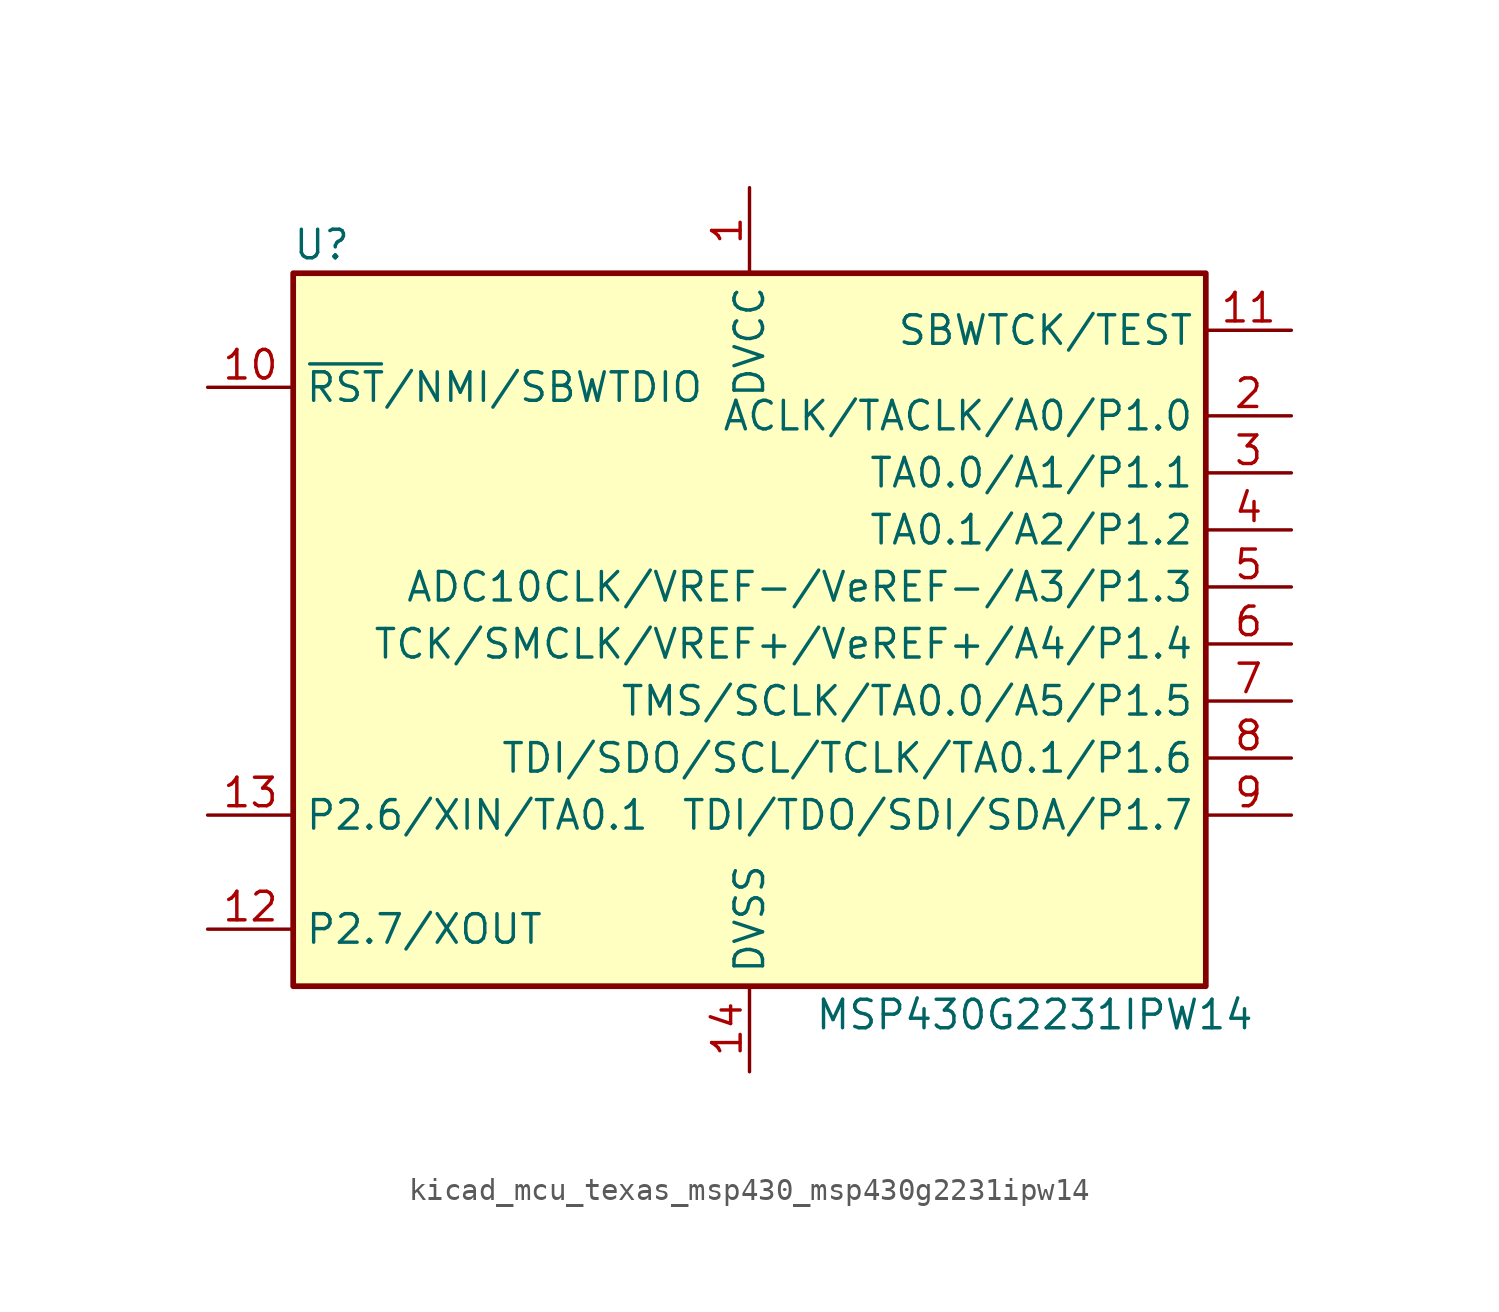
<source format=kicad_sym>
(kicad_symbol_lib
  (version 20220914)
  (generator kicad_symbol_editor)
  (symbol "kicad_mcu_texas_msp430_msp430g2231ipw14"
    (property "Reference" "U"
      (at -19.05 17.78 0)
      (effects (font (size 1.27 1.27))))
    (property "Value" "MSP430G2231IPW14"
      (at 12.7 -16.51 0)
      (effects (font (size 1.27 1.27))))
    (symbol "kicad_mcu_texas_msp430_msp430g2231ipw14_0_1"
      (rectangle (start -20.32 16.51) (end 20.32 -15.24) (stroke (width 0.254) (type default)) (fill (type background))))
    (symbol "kicad_mcu_texas_msp430_msp430g2231ipw14_1_1"
      (pin power_in line (at 0 20.32 270) (length 3.81) (name "DVCC" (effects (font (size 1.27 1.27)))) (number "1" (effects (font (size 1.27 1.27)))))
      (pin input line (at -24.13 11.43 0) (length 3.81) (name "~{RST}/NMI/SBWTDIO" (effects (font (size 1.27 1.27)))) (number "10" (effects (font (size 1.27 1.27)))))
      (pin input line (at 24.13 13.97 180) (length 3.81) (name "SBWTCK/TEST" (effects (font (size 1.27 1.27)))) (number "11" (effects (font (size 1.27 1.27)))))
      (pin bidirectional line (at -24.13 -12.7 0) (length 3.81) (name "P2.7/XOUT" (effects (font (size 1.27 1.27)))) (number "12" (effects (font (size 1.27 1.27)))))
      (pin bidirectional line (at -24.13 -7.62 0) (length 3.81) (name "P2.6/XIN/TA0.1" (effects (font (size 1.27 1.27)))) (number "13" (effects (font (size 1.27 1.27)))))
      (pin power_in line (at 0 -19.05 90) (length 3.81) (name "DVSS" (effects (font (size 1.27 1.27)))) (number "14" (effects (font (size 1.27 1.27)))))
      (pin bidirectional line (at 24.13 10.16 180) (length 3.81) (name "ACLK/TACLK/A0/P1.0" (effects (font (size 1.27 1.27)))) (number "2" (effects (font (size 1.27 1.27)))))
      (pin bidirectional line (at 24.13 7.62 180) (length 3.81) (name "TA0.0/A1/P1.1" (effects (font (size 1.27 1.27)))) (number "3" (effects (font (size 1.27 1.27)))))
      (pin bidirectional line (at 24.13 5.08 180) (length 3.81) (name "TA0.1/A2/P1.2" (effects (font (size 1.27 1.27)))) (number "4" (effects (font (size 1.27 1.27)))))
      (pin bidirectional line (at 24.13 2.54 180) (length 3.81) (name "ADC10CLK/VREF-/VeREF-/A3/P1.3" (effects (font (size 1.27 1.27)))) (number "5" (effects (font (size 1.27 1.27)))))
      (pin bidirectional line (at 24.13 0 180) (length 3.81) (name "TCK/SMCLK/VREF+/VeREF+/A4/P1.4" (effects (font (size 1.27 1.27)))) (number "6" (effects (font (size 1.27 1.27)))))
      (pin bidirectional line (at 24.13 -2.54 180) (length 3.81) (name "TMS/SCLK/TA0.0/A5/P1.5" (effects (font (size 1.27 1.27)))) (number "7" (effects (font (size 1.27 1.27)))))
      (pin bidirectional line (at 24.13 -5.08 180) (length 3.81) (name "TDI/SDO/SCL/TCLK/TA0.1/P1.6" (effects (font (size 1.27 1.27)))) (number "8" (effects (font (size 1.27 1.27)))))
      (pin bidirectional line (at 24.13 -7.62 180) (length 3.81) (name "TDI/TDO/SDI/SDA/P1.7" (effects (font (size 1.27 1.27)))) (number "9" (effects (font (size 1.27 1.27))))))))
</source>
